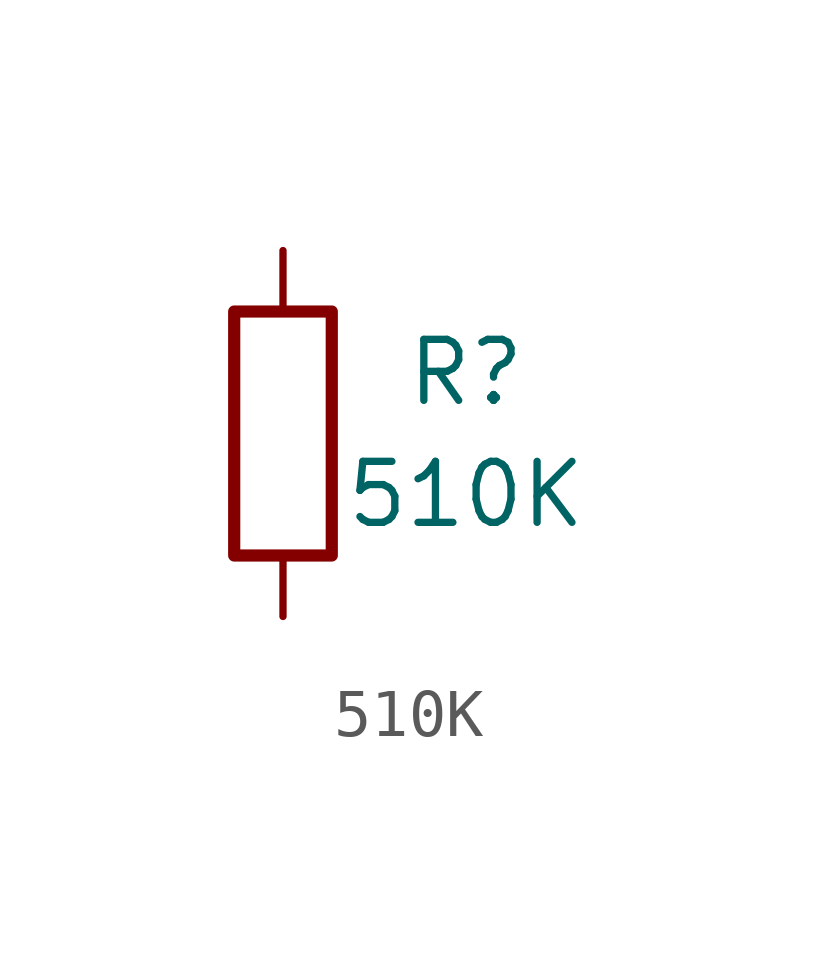
<source format=kicad_sym>
(kicad_symbol_lib
  (version 20220914)
  (generator kicad_symbol_editor)
  (symbol "510K"
    (pin_numbers hide)
    (pin_names
      (offset 0))
    (property "Reference" "R"
      (at 3.81 1.27 0)
      (effects (font (size 1.27 1.27))))
    (property "Value" "510K"
      (at 3.81 -1.27 0)
      (effects (font (size 1.27 1.27))))
    (symbol "510K_0_1"
      (rectangle (start -1.016 -2.54) (end 1.016 2.54) (stroke (width 0.254) (type solid)) (fill (type none))))
    (symbol "510K_1_1"
      (pin passive line (at 0 3.81 270) (length 1.27) (name "~" (effects (font (size 1.27 1.27)))) (number "1" (effects (font (size 1.27 1.27)))))
      (pin passive line (at 0 -3.81 90) (length 1.27) (name "~" (effects (font (size 1.27 1.27)))) (number "2" (effects (font (size 1.27 1.27))))))))
</source>
